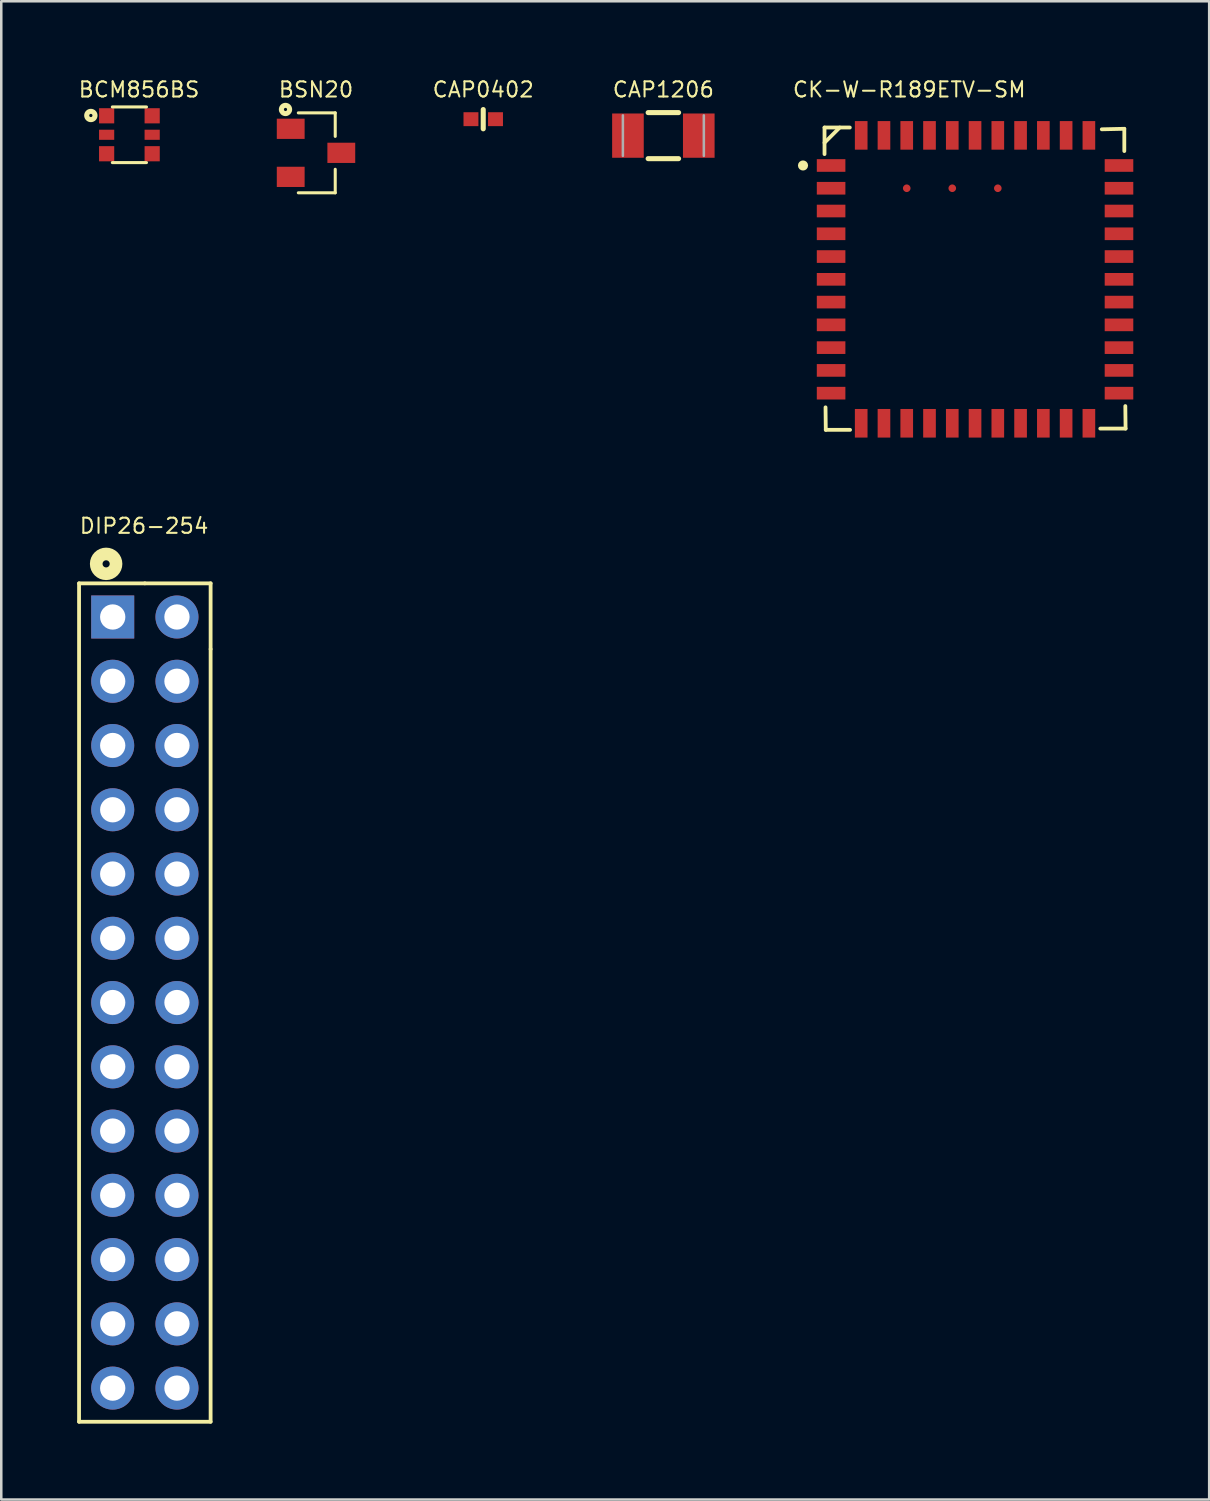
<source format=kicad_pcb>
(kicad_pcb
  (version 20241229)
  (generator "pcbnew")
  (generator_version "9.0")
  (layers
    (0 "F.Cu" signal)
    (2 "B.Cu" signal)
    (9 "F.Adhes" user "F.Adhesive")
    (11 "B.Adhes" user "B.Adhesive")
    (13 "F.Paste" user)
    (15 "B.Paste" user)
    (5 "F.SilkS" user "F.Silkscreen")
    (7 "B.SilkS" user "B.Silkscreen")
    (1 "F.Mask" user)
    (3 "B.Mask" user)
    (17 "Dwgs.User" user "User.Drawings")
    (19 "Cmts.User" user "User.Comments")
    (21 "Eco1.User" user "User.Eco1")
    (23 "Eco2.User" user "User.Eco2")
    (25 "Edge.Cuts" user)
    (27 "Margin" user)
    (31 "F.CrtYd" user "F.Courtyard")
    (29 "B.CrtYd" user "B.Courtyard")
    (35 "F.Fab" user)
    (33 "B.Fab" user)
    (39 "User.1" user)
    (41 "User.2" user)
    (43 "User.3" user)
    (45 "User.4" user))
  (footprint "CAP1206"
    (layer "F.Cu")
    (at 23.171 2.311)
    (property "Reference" "CAP1206" (at 0 -1.82 0) (layer "F.SilkS") (effects (font (size 0.6 0.6) (thickness 0.08))))
    (attr smd)
    (fp_line (start -0.602 -0.91) (end 0.602 -0.91) (stroke (width 0.2) (type solid)) (layer "F.SilkS"))
    (fp_line (start -0.602 0.91) (end 0.602 0.91) (stroke (width 0.2) (type solid)) (layer "F.SilkS"))
    (fp_line (start -1.6 0.8) (end -1.6 -0.8) (stroke (width 0.1) (type solid)) (layer "F.Fab"))
    (fp_line (start 1.6 -0.8) (end 1.6 0.8) (stroke (width 0.1) (type solid)) (layer "F.Fab"))
    (pad "1" smd rect (at -1.4 0) (size 1.25 1.75) (layers "F.Cu" "F.Mask" "F.Paste"))
    (pad "2" smd rect (at 1.4 0) (size 1.25 1.75) (layers "F.Cu" "F.Mask" "F.Paste")))
  (footprint "CK-W-R189ETV-SM"
    (layer "F.Cu")
    (at 35.491 7.991)
    (property "Reference" "CK-W-R189ETV-SM" (at -2.6 -7.5 0) (layer "F.SilkS") (effects (font (size 0.6 0.6) (thickness 0.08))))
    (attr through_hole)
    (fp_line (start -5.95 -6) (end -4.95 -6) (stroke (width 0.15) (type solid)) (layer "F.SilkS"))
    (fp_line (start -5.95 -5.4) (end -5.35 -6) (stroke (width 0.15) (type solid)) (layer "F.SilkS"))
    (fp_line (start -5.95 -4.95) (end -5.95 -6) (stroke (width 0.15) (type solid)) (layer "F.SilkS"))
    (fp_line (start -5.9 5.95) (end -5.91 5.06) (stroke (width 0.15) (type solid)) (layer "F.SilkS"))
    (fp_line (start -4.94 5.95) (end -5.9 5.95) (stroke (width 0.15) (type solid)) (layer "F.SilkS"))
    (fp_line (start 5.01 -5.93) (end 5.9 -5.95) (stroke (width 0.15) (type solid)) (layer "F.SilkS"))
    (fp_line (start 5.9 -5.95) (end 5.9 -5.07) (stroke (width 0.15) (type solid)) (layer "F.SilkS"))
    (fp_line (start 5.94 5.01) (end 5.95 5.9) (stroke (width 0.15) (type solid)) (layer "F.SilkS"))
    (fp_line (start 5.95 5.9) (end 4.95 5.9) (stroke (width 0.15) (type solid)) (layer "F.SilkS"))
    (fp_circle (center -6.8 -4.5) (end -6.7 -4.5) (stroke (width 0.2) (type solid)) (fill no) (layer "F.SilkS"))
    (pad "1" smd rect (at -5.69 -4.5 90) (size 0.5 1.13) (layers "F.Cu" "F.Mask" "F.Paste"))
    (pad "2" smd rect (at -5.69 -3.6 90) (size 0.5 1.13) (layers "F.Cu" "F.Mask" "F.Paste"))
    (pad "3" smd rect (at -5.69 -2.7 90) (size 0.5 1.13) (layers "F.Cu" "F.Mask" "F.Paste"))
    (pad "4" smd rect (at -5.69 -1.8 90) (size 0.5 1.13) (layers "F.Cu" "F.Mask" "F.Paste"))
    (pad "5" smd rect (at -5.69 -0.9 90) (size 0.5 1.13) (layers "F.Cu" "F.Mask" "F.Paste"))
    (pad "6" smd rect (at -5.69 0 90) (size 0.5 1.13) (layers "F.Cu" "F.Mask" "F.Paste"))
    (pad "7" smd rect (at -5.69 0.9 90) (size 0.5 1.13) (layers "F.Cu" "F.Mask" "F.Paste"))
    (pad "8" smd rect (at -5.69 1.8 90) (size 0.5 1.13) (layers "F.Cu" "F.Mask" "F.Paste"))
    (pad "9" smd rect (at -5.69 2.7 90) (size 0.5 1.13) (layers "F.Cu" "F.Mask" "F.Paste"))
    (pad "10" smd rect (at -5.69 3.6 90) (size 0.5 1.13) (layers "F.Cu" "F.Mask" "F.Paste"))
    (pad "11" smd rect (at -5.69 4.5 90) (size 0.5 1.13) (layers "F.Cu" "F.Mask" "F.Paste"))
    (pad "12" smd rect (at -4.5 5.69 180) (size 0.5 1.13) (layers "F.Cu" "F.Mask" "F.Paste"))
    (pad "13" smd rect (at -3.6 5.69 180) (size 0.5 1.13) (layers "F.Cu" "F.Mask" "F.Paste"))
    (pad "14" smd rect (at -2.7 5.69 180) (size 0.5 1.13) (layers "F.Cu" "F.Mask" "F.Paste"))
    (pad "15" smd rect (at -1.8 5.69 180) (size 0.5 1.13) (layers "F.Cu" "F.Mask" "F.Paste"))
    (pad "16" smd rect (at -0.9 5.69 180) (size 0.5 1.13) (layers "F.Cu" "F.Mask" "F.Paste"))
    (pad "17" smd rect (at 0 5.69 180) (size 0.5 1.13) (layers "F.Cu" "F.Mask" "F.Paste"))
    (pad "18" smd rect (at 0.9 5.69 180) (size 0.5 1.13) (layers "F.Cu" "F.Mask" "F.Paste"))
    (pad "19" smd rect (at 1.8 5.69 180) (size 0.5 1.13) (layers "F.Cu" "F.Mask" "F.Paste"))
    (pad "20" smd rect (at 2.7 5.69 180) (size 0.5 1.13) (layers "F.Cu" "F.Mask" "F.Paste"))
    (pad "21" smd rect (at 3.6 5.69 180) (size 0.5 1.13) (layers "F.Cu" "F.Mask" "F.Paste"))
    (pad "22" smd rect (at 4.5 5.69 180) (size 0.5 1.13) (layers "F.Cu" "F.Mask" "F.Paste"))
    (pad "23" smd rect (at 5.69 4.5 270) (size 0.5 1.13) (layers "F.Cu" "F.Mask" "F.Paste"))
    (pad "24" smd rect (at 5.69 3.6 270) (size 0.5 1.13) (layers "F.Cu" "F.Mask" "F.Paste"))
    (pad "25" smd rect (at 5.69 2.7 270) (size 0.5 1.13) (layers "F.Cu" "F.Mask" "F.Paste"))
    (pad "26" smd rect (at 5.69 1.8 270) (size 0.5 1.13) (layers "F.Cu" "F.Mask" "F.Paste"))
    (pad "27" smd rect (at 5.69 0.9 270) (size 0.5 1.13) (layers "F.Cu" "F.Mask" "F.Paste"))
    (pad "28" smd rect (at 5.69 0 270) (size 0.5 1.13) (layers "F.Cu" "F.Mask" "F.Paste"))
    (pad "29" smd rect (at 5.69 -0.9 270) (size 0.5 1.13) (layers "F.Cu" "F.Mask" "F.Paste"))
    (pad "30" smd rect (at 5.69 -1.8 270) (size 0.5 1.13) (layers "F.Cu" "F.Mask" "F.Paste"))
    (pad "31" smd rect (at 5.69 -2.7 270) (size 0.5 1.13) (layers "F.Cu" "F.Mask" "F.Paste"))
    (pad "32" smd rect (at 5.69 -3.6 270) (size 0.5 1.13) (layers "F.Cu" "F.Mask" "F.Paste"))
    (pad "33" smd rect (at 5.69 -4.5 270) (size 0.5 1.13) (layers "F.Cu" "F.Mask" "F.Paste"))
    (pad "34" smd rect (at 4.5 -5.69) (size 0.5 1.13) (layers "F.Cu" "F.Mask" "F.Paste"))
    (pad "35" smd rect (at 3.6 -5.69) (size 0.5 1.13) (layers "F.Cu" "F.Mask" "F.Paste"))
    (pad "36" smd rect (at 2.7 -5.69) (size 0.5 1.13) (layers "F.Cu" "F.Mask" "F.Paste"))
    (pad "37" smd rect (at 1.8 -5.69) (size 0.5 1.13) (layers "F.Cu" "F.Mask" "F.Paste"))
    (pad "38" smd rect (at 0.9 -5.69) (size 0.5 1.13) (layers "F.Cu" "F.Mask" "F.Paste"))
    (pad "39" smd rect (at 0 -5.69) (size 0.5 1.13) (layers "F.Cu" "F.Mask" "F.Paste"))
    (pad "40" smd rect (at -0.9 -5.69) (size 0.5 1.13) (layers "F.Cu" "F.Mask" "F.Paste"))
    (pad "41" smd rect (at -1.8 -5.69) (size 0.5 1.13) (layers "F.Cu" "F.Mask" "F.Paste"))
    (pad "42" smd rect (at -2.7 -5.69) (size 0.5 1.13) (layers "F.Cu" "F.Mask" "F.Paste"))
    (pad "43" smd rect (at -3.6 -5.69) (size 0.5 1.13) (layers "F.Cu" "F.Mask" "F.Paste"))
    (pad "44" smd rect (at -4.5 -5.69) (size 0.5 1.13) (layers "F.Cu" "F.Mask" "F.Paste"))
    (pad "45" smd circle (at -2.7 -3.6) (size 0.3 0.3) (layers "F.Cu" "F.Mask" "F.Paste"))
    (pad "46" smd circle (at -0.9 -3.6) (size 0.3 0.3) (layers "F.Cu" "F.Mask" "F.Paste"))
    (pad "47" smd circle (at 0.9 -3.6) (size 0.3 0.3) (layers "F.Cu" "F.Mask" "F.Paste")))
  (footprint "CAP0402"
    (layer "F.Cu")
    (at 16.051 1.661)
    (property "Reference" "CAP0402" (at 0 -1.17 0) (layer "F.SilkS") (effects (font (size 0.6 0.6) (thickness 0.08))))
    (attr smd)
    (fp_line (start 0 -0.381) (end 0 0.381) (stroke (width 0.2) (type solid)) (layer "F.SilkS"))
    (pad "1" smd rect (at -0.485 0) (size 0.59 0.55) (layers "F.Cu" "F.Mask" "F.Paste"))
    (pad "2" smd rect (at 0.485 0) (size 0.59 0.55) (layers "F.Cu" "F.Mask" "F.Paste")))
  (footprint "BCM856BS"
    (layer "F.Cu")
    (at 2.065 2.277)
    (property "Reference" "BCM856BS" (at 0.381 -1.786 0) (layer "F.SilkS") (effects (font (size 0.6 0.6) (thickness 0.08))))
    (attr through_hole)
    (fp_line (start -0.675 -1.1) (end 0.675 -1.1) (stroke (width 0.12) (type solid)) (layer "F.SilkS"))
    (fp_line (start 0.675 1.1) (end -0.675 1.1) (stroke (width 0.12) (type solid)) (layer "F.SilkS"))
    (fp_circle (center -1.524 -0.762) (end -1.46 -0.762) (stroke (width 0.2) (type solid)) (fill no) (layer "F.SilkS"))
    (pad "1" smd rect (at -0.9 -0.75) (size 0.6 0.6) (layers "F.Cu" "F.Mask" "F.Paste"))
    (pad "2" smd rect (at -0.9 0) (size 0.6 0.4) (layers "F.Cu" "F.Mask" "F.Paste"))
    (pad "3" smd rect (at -0.9 0.75) (size 0.6 0.6) (layers "F.Cu" "F.Mask" "F.Paste"))
    (pad "4" smd rect (at 0.9 0.75) (size 0.6 0.6) (layers "F.Cu" "F.Mask" "F.Paste"))
    (pad "5" smd rect (at 0.9 0) (size 0.6 0.4) (layers "F.Cu" "F.Mask" "F.Paste"))
    (pad "6" smd rect (at 0.9 -0.75) (size 0.6 0.6) (layers "F.Cu" "F.Mask" "F.Paste")))
  (footprint "DIP26-254"
    (layer "F.Cu")
    (at 3.945 21.338)
    (property "Reference" "DIP26-254" (at -1.3 -3.6 0) (layer "F.SilkS") (effects (font (size 0.6 0.6) (thickness 0.08))))
    (attr through_hole)
    (fp_line (start -3.87 -1.33) (end -3.87 31.81) (stroke (width 0.15) (type solid)) (layer "F.SilkS"))
    (fp_line (start -3.87 -1.33) (end -1.27 -1.33) (stroke (width 0.15) (type solid)) (layer "F.SilkS"))
    (fp_line (start -3.87 31.81) (end 1.33 31.81) (stroke (width 0.15) (type solid)) (layer "F.SilkS"))
    (fp_line (start -1.27 -1.33) (end 1.33 -1.33) (stroke (width 0.15) (type solid)) (layer "F.SilkS"))
    (fp_line (start 1.33 -1.33) (end 1.33 1.27) (stroke (width 0.15) (type solid)) (layer "F.SilkS"))
    (fp_line (start 1.33 1.27) (end 1.33 31.81) (stroke (width 0.15) (type solid)) (layer "F.SilkS"))
    (fp_circle (center -2.8 -2.1) (end -2.7 -2) (stroke (width 0.5) (type solid)) (fill no) (layer "F.SilkS"))
    (pad "1" thru_hole rect (at -2.54 0) (size 1.7 1.7) (drill 1) (layers "*.Cu" "*.Mask"))
    (pad "2" thru_hole circle (at 0 0) (size 1.7 1.7) (drill 1) (layers "*.Cu" "*.Mask"))
    (pad "3" thru_hole oval (at -2.54 2.54) (size 1.7 1.7) (drill 1) (layers "*.Cu" "*.Mask"))
    (pad "4" thru_hole oval (at 0 2.54) (size 1.7 1.7) (drill 1) (layers "*.Cu" "*.Mask"))
    (pad "5" thru_hole oval (at -2.54 5.08) (size 1.7 1.7) (drill 1) (layers "*.Cu" "*.Mask"))
    (pad "6" thru_hole oval (at 0 5.08) (size 1.7 1.7) (drill 1) (layers "*.Cu" "*.Mask"))
    (pad "7" thru_hole oval (at -2.54 7.62) (size 1.7 1.7) (drill 1) (layers "*.Cu" "*.Mask"))
    (pad "8" thru_hole oval (at 0 7.62) (size 1.7 1.7) (drill 1) (layers "*.Cu" "*.Mask"))
    (pad "9" thru_hole oval (at -2.54 10.16) (size 1.7 1.7) (drill 1) (layers "*.Cu" "*.Mask"))
    (pad "10" thru_hole oval (at 0 10.16) (size 1.7 1.7) (drill 1) (layers "*.Cu" "*.Mask"))
    (pad "11" thru_hole oval (at -2.54 12.7) (size 1.7 1.7) (drill 1) (layers "*.Cu" "*.Mask"))
    (pad "12" thru_hole oval (at 0 12.7) (size 1.7 1.7) (drill 1) (layers "*.Cu" "*.Mask"))
    (pad "13" thru_hole oval (at -2.54 15.24) (size 1.7 1.7) (drill 1) (layers "*.Cu" "*.Mask"))
    (pad "14" thru_hole oval (at 0 15.24) (size 1.7 1.7) (drill 1) (layers "*.Cu" "*.Mask"))
    (pad "15" thru_hole oval (at -2.54 17.78) (size 1.7 1.7) (drill 1) (layers "*.Cu" "*.Mask"))
    (pad "16" thru_hole oval (at 0 17.78) (size 1.7 1.7) (drill 1) (layers "*.Cu" "*.Mask"))
    (pad "17" thru_hole oval (at -2.54 20.32) (size 1.7 1.7) (drill 1) (layers "*.Cu" "*.Mask"))
    (pad "18" thru_hole oval (at 0 20.32) (size 1.7 1.7) (drill 1) (layers "*.Cu" "*.Mask"))
    (pad "19" thru_hole oval (at -2.54 22.86) (size 1.7 1.7) (drill 1) (layers "*.Cu" "*.Mask"))
    (pad "20" thru_hole oval (at 0 22.86) (size 1.7 1.7) (drill 1) (layers "*.Cu" "*.Mask"))
    (pad "21" thru_hole oval (at -2.54 25.4) (size 1.7 1.7) (drill 1) (layers "*.Cu" "*.Mask"))
    (pad "22" thru_hole oval (at 0 25.4) (size 1.7 1.7) (drill 1) (layers "*.Cu" "*.Mask"))
    (pad "23" thru_hole oval (at -2.54 27.94) (size 1.7 1.7) (drill 1) (layers "*.Cu" "*.Mask"))
    (pad "24" thru_hole oval (at 0 27.94) (size 1.7 1.7) (drill 1) (layers "*.Cu" "*.Mask"))
    (pad "25" thru_hole oval (at -2.54 30.48) (size 1.7 1.7) (drill 1) (layers "*.Cu" "*.Mask"))
    (pad "26" thru_hole oval (at 0 30.48) (size 1.7 1.7) (drill 1) (layers "*.Cu" "*.Mask")))
  (footprint "BSN20"
    (layer "F.Cu")
    (at 9.441 2.991)
    (property "Reference" "BSN20" (at 0 -2.5 0) (layer "F.SilkS") (effects (font (size 0.6 0.6) (thickness 0.08))))
    (attr smd)
    (fp_line (start 0.76 -1.58) (end -0.7 -1.58) (stroke (width 0.12) (type solid)) (layer "F.SilkS"))
    (fp_line (start 0.76 -1.58) (end 0.76 -0.65) (stroke (width 0.12) (type solid)) (layer "F.SilkS"))
    (fp_line (start 0.76 1.58) (end -0.7 1.58) (stroke (width 0.12) (type solid)) (layer "F.SilkS"))
    (fp_line (start 0.76 1.58) (end 0.76 0.65) (stroke (width 0.12) (type solid)) (layer "F.SilkS"))
    (fp_circle (center -1.206 -1.714) (end -1.143 -1.714) (stroke (width 0.2) (type solid)) (fill no) (layer "F.SilkS"))
    (pad "1" smd rect (at -1 -0.95) (size 1.1 0.8) (layers "F.Cu" "F.Mask" "F.Paste"))
    (pad "2" smd rect (at -1 0.95) (size 1.1 0.8) (layers "F.Cu" "F.Mask" "F.Paste"))
    (pad "3" smd rect (at 1 0) (size 1.1 0.8) (layers "F.Cu" "F.Mask" "F.Paste")))
  (gr_rect
    (start -3 -3)
    (end 44.746 56.223)
    (stroke (width 0.1) (type default))
    (fill no)
    (layer "Edge.Cuts")))
</source>
